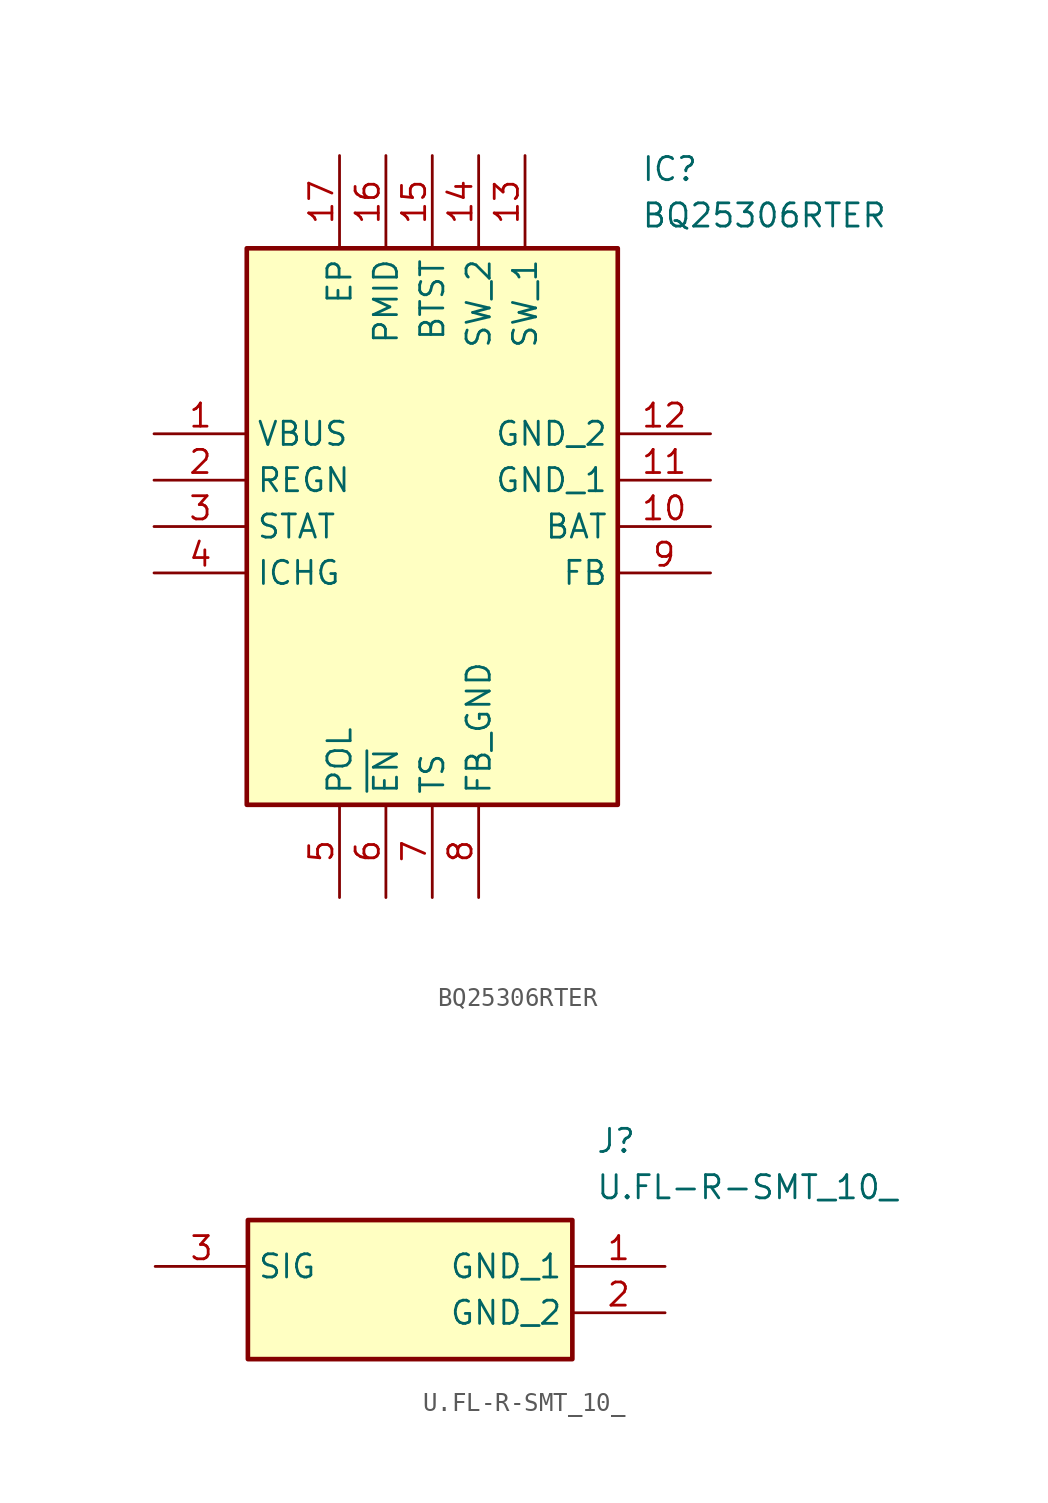
<source format=kicad_sym>
(kicad_symbol_lib
  (version 20220914)
  (generator SamacSys_ECAD_Model)
  (symbol "BQ25306RTER"
    (property "Reference" "IC"
      (at 26.67 15.24 0)
      (effects (font (size 1.27 1.27)) (justify left top)))
    (property "Value" "BQ25306RTER"
      (at 26.67 12.7 0)
      (effects (font (size 1.27 1.27)) (justify left top)))
    (rectangle
      (start 5.08 10.16)
      (end 25.4 -20.32)
      (stroke (width 0.254) (type default))
      (fill (type background)))
    (pin passive line
      (at 0 0 0)
      (length 5.08)
      (name "VBUS" (effects (font (size 1.27 1.27))))
      (number "1" (effects (font (size 1.27 1.27)))))
    (pin passive line
      (at 0 -2.54 0)
      (length 5.08)
      (name "REGN" (effects (font (size 1.27 1.27))))
      (number "2" (effects (font (size 1.27 1.27)))))
    (pin passive line
      (at 0 -5.08 0)
      (length 5.08)
      (name "STAT" (effects (font (size 1.27 1.27))))
      (number "3" (effects (font (size 1.27 1.27)))))
    (pin passive line
      (at 0 -7.62 0)
      (length 5.08)
      (name "ICHG" (effects (font (size 1.27 1.27))))
      (number "4" (effects (font (size 1.27 1.27)))))
    (pin passive line
      (at 10.16 -25.4 90)
      (length 5.08)
      (name "POL" (effects (font (size 1.27 1.27))))
      (number "5" (effects (font (size 1.27 1.27)))))
    (pin passive line
      (at 12.7 -25.4 90)
      (length 5.08)
      (name "~{EN}" (effects (font (size 1.27 1.27))))
      (number "6" (effects (font (size 1.27 1.27)))))
    (pin passive line
      (at 15.24 -25.4 90)
      (length 5.08)
      (name "TS" (effects (font (size 1.27 1.27))))
      (number "7" (effects (font (size 1.27 1.27)))))
    (pin passive line
      (at 17.78 -25.4 90)
      (length 5.08)
      (name "FB_GND" (effects (font (size 1.27 1.27))))
      (number "8" (effects (font (size 1.27 1.27)))))
    (pin passive line
      (at 30.48 0 180)
      (length 5.08)
      (name "GND_2" (effects (font (size 1.27 1.27))))
      (number "12" (effects (font (size 1.27 1.27)))))
    (pin passive line
      (at 30.48 -2.54 180)
      (length 5.08)
      (name "GND_1" (effects (font (size 1.27 1.27))))
      (number "11" (effects (font (size 1.27 1.27)))))
    (pin passive line
      (at 30.48 -5.08 180)
      (length 5.08)
      (name "BAT" (effects (font (size 1.27 1.27))))
      (number "10" (effects (font (size 1.27 1.27)))))
    (pin passive line
      (at 30.48 -7.62 180)
      (length 5.08)
      (name "FB" (effects (font (size 1.27 1.27))))
      (number "9" (effects (font (size 1.27 1.27)))))
    (pin passive line
      (at 10.16 15.24 270)
      (length 5.08)
      (name "EP" (effects (font (size 1.27 1.27))))
      (number "17" (effects (font (size 1.27 1.27)))))
    (pin passive line
      (at 12.7 15.24 270)
      (length 5.08)
      (name "PMID" (effects (font (size 1.27 1.27))))
      (number "16" (effects (font (size 1.27 1.27)))))
    (pin passive line
      (at 15.24 15.24 270)
      (length 5.08)
      (name "BTST" (effects (font (size 1.27 1.27))))
      (number "15" (effects (font (size 1.27 1.27)))))
    (pin passive line
      (at 17.78 15.24 270)
      (length 5.08)
      (name "SW_2" (effects (font (size 1.27 1.27))))
      (number "14" (effects (font (size 1.27 1.27)))))
    (pin passive line
      (at 20.32 15.24 270)
      (length 5.08)
      (name "SW_1" (effects (font (size 1.27 1.27))))
      (number "13" (effects (font (size 1.27 1.27))))))
  (symbol "U.FL-R-SMT_10_"
    (property "Reference" "J"
      (at 24.13 7.62 0)
      (effects (font (size 1.27 1.27)) (justify left top)))
    (property "Value" "U.FL-R-SMT_10_"
      (at 24.13 5.08 0)
      (effects (font (size 1.27 1.27)) (justify left top)))
    (rectangle
      (start 5.08 2.54)
      (end 22.86 -5.08)
      (stroke (width 0.254) (type default))
      (fill (type background)))
    (pin passive line
      (at 27.94 0 180)
      (length 5.08)
      (name "GND_1" (effects (font (size 1.27 1.27))))
      (number "1" (effects (font (size 1.27 1.27)))))
    (pin passive line
      (at 27.94 -2.54 180)
      (length 5.08)
      (name "GND_2" (effects (font (size 1.27 1.27))))
      (number "2" (effects (font (size 1.27 1.27)))))
    (pin passive line
      (at 0 0 0)
      (length 5.08)
      (name "SIG" (effects (font (size 1.27 1.27))))
      (number "3" (effects (font (size 1.27 1.27)))))))
</source>
